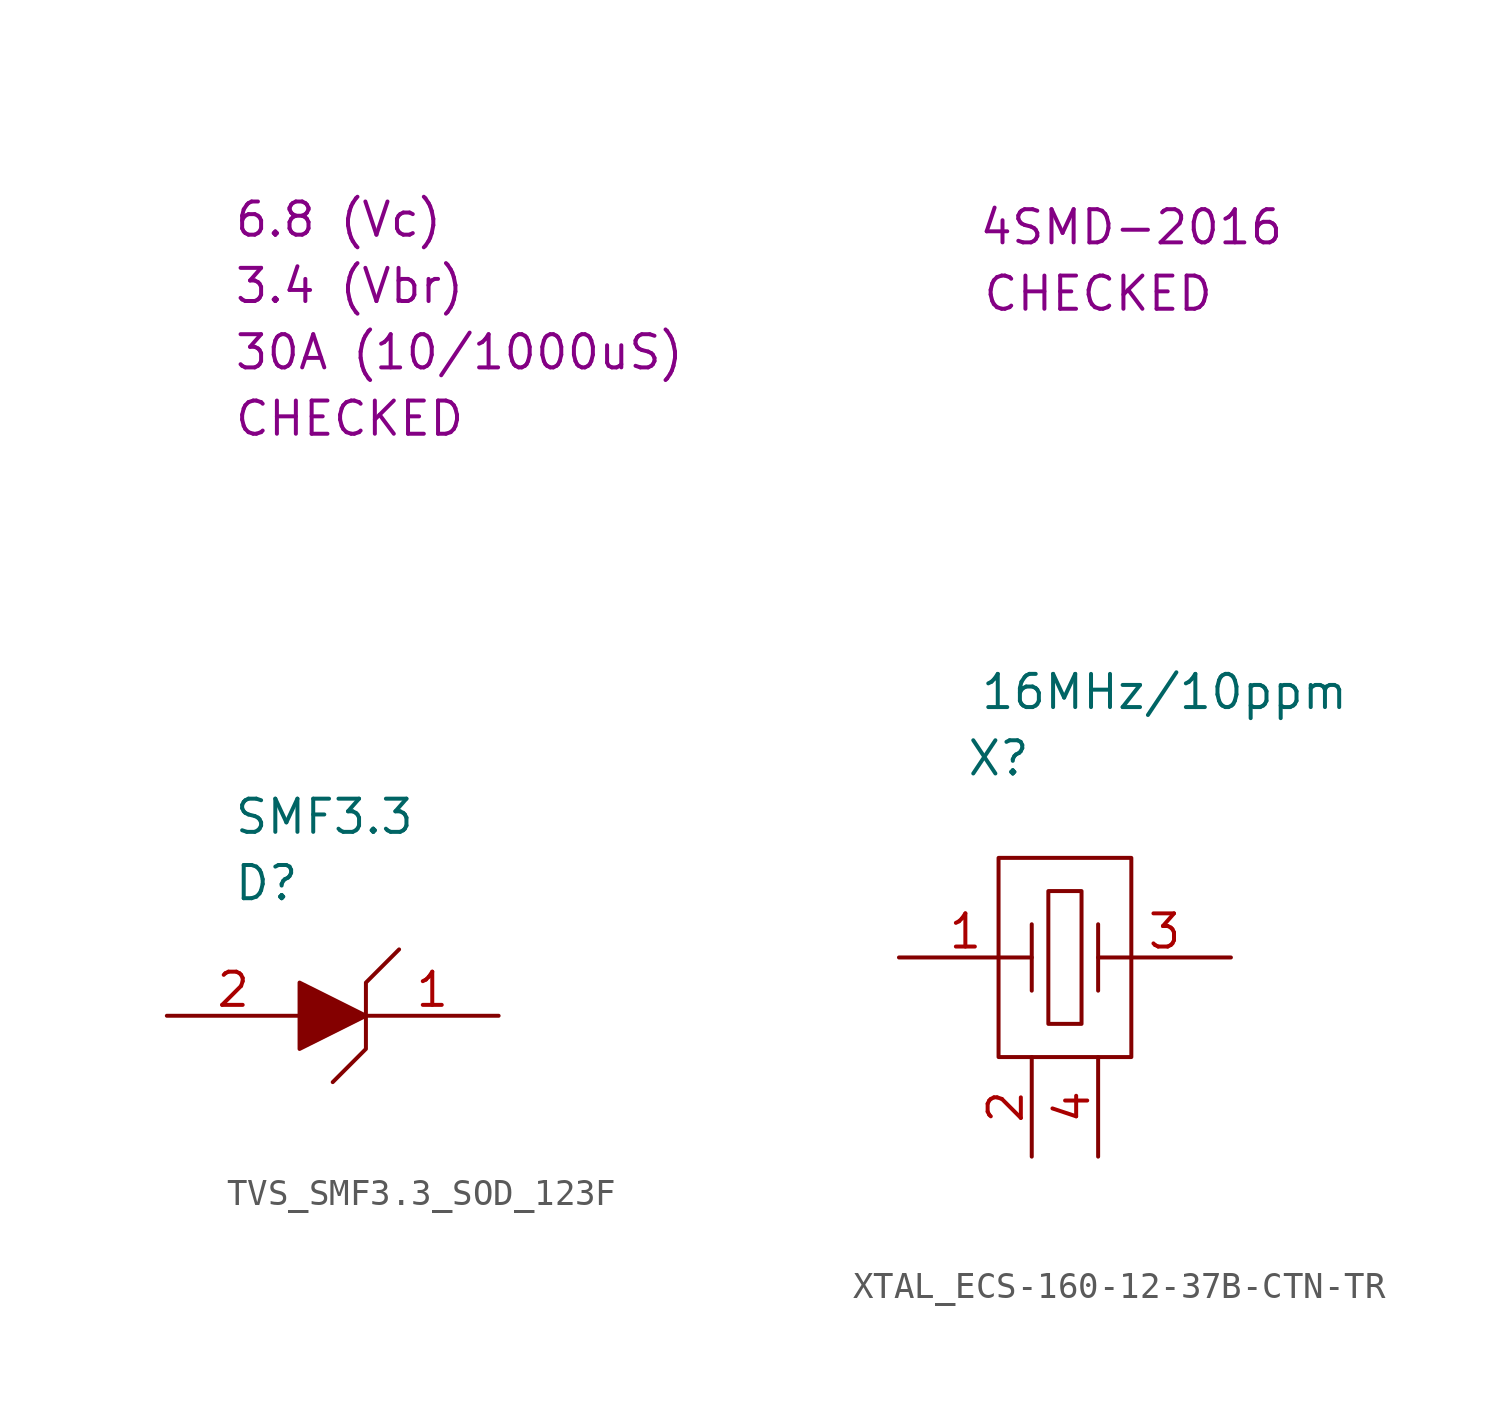
<source format=kicad_sym>
(kicad_symbol_lib
  (version 20220914)
  (generator kicad_symbol_editor)
  (symbol "TVS_SMF3.3_SOD_123F"
    (property "Reference" "D"
      (at 2.54 5.08 0)
      (effects (font (size 1.27 1.27)) (justify left)))
    (property "Value" "SMF3.3"
      (at 2.54 7.62 0)
      (effects (font (size 1.27 1.27)) (justify left)))
    (property "SCH CHECK" "CHECKED"
      (at 2.54 22.86 0)
      (effects (font (size 1.27 1.27)) (justify left)))
    (property "Vbr" "3.4 (Vbr)"
      (at 2.54 27.94 0)
      (effects (font (size 1.27 1.27)) (justify left)))
    (property "Vc" "6.8 (Vc)"
      (at 2.54 30.48 0)
      (effects (font (size 1.27 1.27)) (justify left)))
    (property "Ipp" "30A (10/1000uS)"
      (at 2.54 25.4 0)
      (effects (font (size 1.27 1.27)) (justify left)))
    (symbol "TVS_SMF3.3_SOD_123F_0_1"
      (polyline (pts (xy 5.08 1.27) (xy 5.08 -1.27) (xy 7.62 0) (xy 5.08 1.27)) (stroke (width 0) (type default)) (fill (type outline)))
      (polyline (pts (xy 8.89 2.54) (xy 7.62 1.27) (xy 7.62 -1.27) (xy 6.35 -2.54)) (stroke (width 0) (type default)) (fill (type none))))
    (symbol "TVS_SMF3.3_SOD_123F_1_1"
      (pin passive line (at 12.7 0 180) (length 5.08) (name "" (effects (font (size 1.27 1.27)))) (number "1" (effects (font (size 1.27 1.27)))))
      (pin passive line (at 0 0 0) (length 5.08) (name "" (effects (font (size 1.27 1.27)))) (number "2" (effects (font (size 1.27 1.27)))))))
  (symbol "XTAL_ECS-160-12-37B-CTN-TR"
    (property "Reference" "X"
      (at 3.81 7.62 0)
      (effects (font (size 1.27 1.27))))
    (property "Value" "16MHz/10ppm"
      (at 10.16 10.16 0)
      (effects (font (size 1.27 1.27))))
    (property "SCH CHECK" "CHECKED"
      (at 7.62 25.4 0)
      (effects (font (size 1.27 1.27))))
    (property "Package" "4SMD-2016"
      (at 8.89 27.94 0)
      (effects (font (size 1.27 1.27))))
    (symbol "XTAL_ECS-160-12-37B-CTN-TR_0_1"
      (polyline (pts (xy 5.08 1.27) (xy 5.08 -1.27)) (stroke (width 0) (type default)) (fill (type none)))
      (polyline (pts (xy 7.62 1.27) (xy 7.62 -1.27)) (stroke (width 0) (type default)) (fill (type none)))
      (polyline (pts (xy 3.81 3.81) (xy 3.81 -3.81) (xy 8.89 -3.81) (xy 8.89 3.81) (xy 3.81 3.81)) (stroke (width 0) (type default)) (fill (type none)))
      (polyline (pts (xy 5.715 2.54) (xy 6.985 2.54) (xy 6.985 -2.54) (xy 5.715 -2.54) (xy 5.715 2.54)) (stroke (width 0) (type default)) (fill (type none))))
    (symbol "XTAL_ECS-160-12-37B-CTN-TR_1_1"
      (pin passive line (at 0 0 0) (length 5.08) (name "" (effects (font (size 1.27 1.27)))) (number "1" (effects (font (size 1.27 1.27)))))
      (pin passive line (at 5.08 -7.62 90) (length 3.81) (name "" (effects (font (size 1.27 1.27)))) (number "2" (effects (font (size 1.27 1.27)))))
      (pin passive line (at 12.7 0 180) (length 5.08) (name "" (effects (font (size 1.27 1.27)))) (number "3" (effects (font (size 1.27 1.27)))))
      (pin passive line (at 7.62 -7.62 90) (length 3.81) (name "" (effects (font (size 1.27 1.27)))) (number "4" (effects (font (size 1.27 1.27))))))))
</source>
